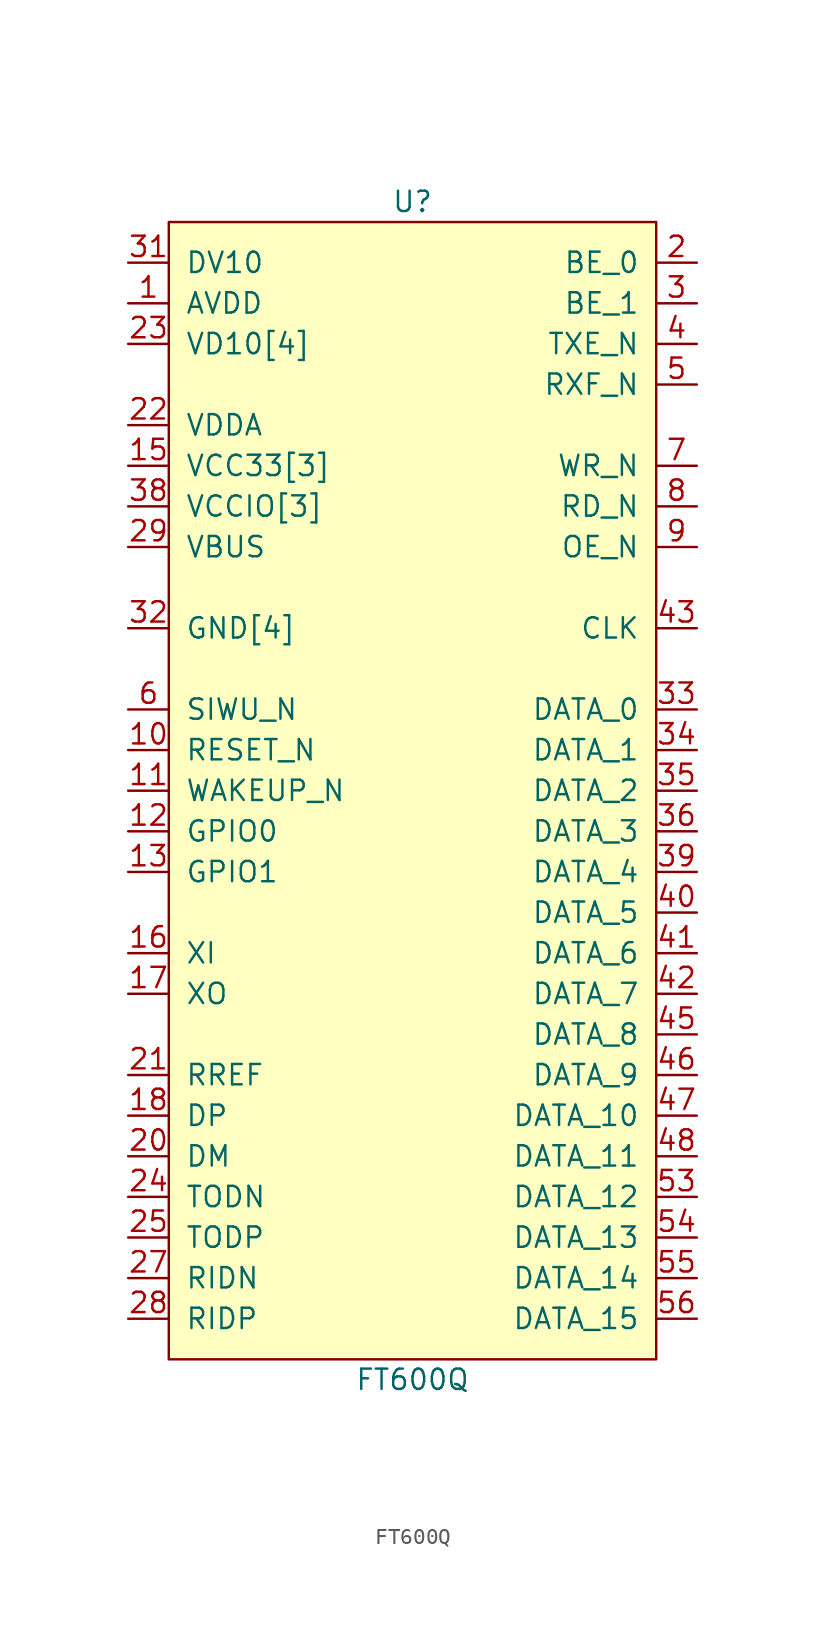
<source format=kicad_sym>
(kicad_symbol_lib
  (version 20211014)
  (generator kicad_symbol_editor)
  (symbol "FT600Q"
    (pin_names
      (offset 1.016))
    (property "Reference" "U"
      (at 15.24 1.27 0)
      (effects (font (size 1.27 1.27))))
    (property "Value" "FT600Q"
      (at 15.24 -72.39 0)
      (effects (font (size 1.27 1.27))))
    (symbol "FT600Q_0_0"
      (rectangle (start 0 0) (end 30.48 -71.12) (stroke (width 0) (type default) (color 0 0 0 0)) (fill (type background))))
    (symbol "FT600Q_1_1"
      (pin power_in line (at -2.54 -5.08 0) (length 2.54) (name "AVDD" (effects (font (size 1.27 1.27)))) (number "1" (effects (font (size 1.27 1.27)))))
      (pin input line (at -2.54 -33.02 0) (length 2.54) (name "RESET_N" (effects (font (size 1.27 1.27)))) (number "10" (effects (font (size 1.27 1.27)))))
      (pin bidirectional line (at -2.54 -35.56 0) (length 2.54) (name "WAKEUP_N" (effects (font (size 1.27 1.27)))) (number "11" (effects (font (size 1.27 1.27)))))
      (pin bidirectional line (at -2.54 -38.1 0) (length 2.54) (name "GPIO0" (effects (font (size 1.27 1.27)))) (number "12" (effects (font (size 1.27 1.27)))))
      (pin bidirectional line (at -2.54 -40.64 0) (length 2.54) (name "GPIO1" (effects (font (size 1.27 1.27)))) (number "13" (effects (font (size 1.27 1.27)))))
      (pin no_connect line (at 15.24 -73.66 90) (length 2.54) hide (name "RESERVE" (effects (font (size 1.27 1.27)))) (number "14" (effects (font (size 1.27 1.27)))))
      (pin power_in line (at -2.54 -15.24 0) (length 2.54) (name "VCC33[3]" (effects (font (size 1.27 1.27)))) (number "15" (effects (font (size 1.27 1.27)))))
      (pin input line (at -2.54 -45.72 0) (length 2.54) (name "XI" (effects (font (size 1.27 1.27)))) (number "16" (effects (font (size 1.27 1.27)))))
      (pin output line (at -2.54 -48.26 0) (length 2.54) (name "XO" (effects (font (size 1.27 1.27)))) (number "17" (effects (font (size 1.27 1.27)))))
      (pin bidirectional line (at -2.54 -55.88 0) (length 2.54) (name "DP" (effects (font (size 1.27 1.27)))) (number "18" (effects (font (size 1.27 1.27)))))
      (pin power_in line (at -2.54 -15.24 0) (length 2.54) hide (name "VCC33" (effects (font (size 1.27 1.27)))) (number "19" (effects (font (size 1.27 1.27)))))
      (pin bidirectional line (at 33.02 -2.54 180) (length 2.54) (name "BE_0" (effects (font (size 1.27 1.27)))) (number "2" (effects (font (size 1.27 1.27)))))
      (pin bidirectional line (at -2.54 -58.42 0) (length 2.54) (name "DM" (effects (font (size 1.27 1.27)))) (number "20" (effects (font (size 1.27 1.27)))))
      (pin passive line (at -2.54 -53.34 0) (length 2.54) (name "RREF" (effects (font (size 1.27 1.27)))) (number "21" (effects (font (size 1.27 1.27)))))
      (pin power_in line (at -2.54 -12.7 0) (length 2.54) (name "VDDA" (effects (font (size 1.27 1.27)))) (number "22" (effects (font (size 1.27 1.27)))))
      (pin power_in line (at -2.54 -7.62 0) (length 2.54) (name "VD10[4]" (effects (font (size 1.27 1.27)))) (number "23" (effects (font (size 1.27 1.27)))))
      (pin output line (at -2.54 -60.96 0) (length 2.54) (name "TODN" (effects (font (size 1.27 1.27)))) (number "24" (effects (font (size 1.27 1.27)))))
      (pin output line (at -2.54 -63.5 0) (length 2.54) (name "TODP" (effects (font (size 1.27 1.27)))) (number "25" (effects (font (size 1.27 1.27)))))
      (pin power_in line (at -2.54 -7.62 0) (length 2.54) hide (name "VD10" (effects (font (size 1.27 1.27)))) (number "26" (effects (font (size 1.27 1.27)))))
      (pin input line (at -2.54 -66.04 0) (length 2.54) (name "RIDN" (effects (font (size 1.27 1.27)))) (number "27" (effects (font (size 1.27 1.27)))))
      (pin input line (at -2.54 -68.58 0) (length 2.54) (name "RIDP" (effects (font (size 1.27 1.27)))) (number "28" (effects (font (size 1.27 1.27)))))
      (pin power_in line (at -2.54 -20.32 0) (length 2.54) (name "VBUS" (effects (font (size 1.27 1.27)))) (number "29" (effects (font (size 1.27 1.27)))))
      (pin bidirectional line (at 33.02 -5.08 180) (length 2.54) (name "BE_1" (effects (font (size 1.27 1.27)))) (number "3" (effects (font (size 1.27 1.27)))))
      (pin power_in line (at -2.54 -15.24 0) (length 2.54) hide (name "VCC33" (effects (font (size 1.27 1.27)))) (number "30" (effects (font (size 1.27 1.27)))))
      (pin power_out line (at -2.54 -2.54 0) (length 2.54) (name "DV10" (effects (font (size 1.27 1.27)))) (number "31" (effects (font (size 1.27 1.27)))))
      (pin power_in line (at -2.54 -25.4 0) (length 2.54) (name "GND[4]" (effects (font (size 1.27 1.27)))) (number "32" (effects (font (size 1.27 1.27)))))
      (pin bidirectional line (at 33.02 -30.48 180) (length 2.54) (name "DATA_0" (effects (font (size 1.27 1.27)))) (number "33" (effects (font (size 1.27 1.27)))))
      (pin bidirectional line (at 33.02 -33.02 180) (length 2.54) (name "DATA_1" (effects (font (size 1.27 1.27)))) (number "34" (effects (font (size 1.27 1.27)))))
      (pin bidirectional line (at 33.02 -35.56 180) (length 2.54) (name "DATA_2" (effects (font (size 1.27 1.27)))) (number "35" (effects (font (size 1.27 1.27)))))
      (pin bidirectional line (at 33.02 -38.1 180) (length 2.54) (name "DATA_3" (effects (font (size 1.27 1.27)))) (number "36" (effects (font (size 1.27 1.27)))))
      (pin power_in line (at -2.54 -7.62 0) (length 2.54) hide (name "VD10" (effects (font (size 1.27 1.27)))) (number "37" (effects (font (size 1.27 1.27)))))
      (pin power_in line (at -2.54 -17.78 0) (length 2.54) (name "VCCIO[3]" (effects (font (size 1.27 1.27)))) (number "38" (effects (font (size 1.27 1.27)))))
      (pin bidirectional line (at 33.02 -40.64 180) (length 2.54) (name "DATA_4" (effects (font (size 1.27 1.27)))) (number "39" (effects (font (size 1.27 1.27)))))
      (pin output line (at 33.02 -7.62 180) (length 2.54) (name "TXE_N" (effects (font (size 1.27 1.27)))) (number "4" (effects (font (size 1.27 1.27)))))
      (pin bidirectional line (at 33.02 -43.18 180) (length 2.54) (name "DATA_5" (effects (font (size 1.27 1.27)))) (number "40" (effects (font (size 1.27 1.27)))))
      (pin bidirectional line (at 33.02 -45.72 180) (length 2.54) (name "DATA_6" (effects (font (size 1.27 1.27)))) (number "41" (effects (font (size 1.27 1.27)))))
      (pin bidirectional line (at 33.02 -48.26 180) (length 2.54) (name "DATA_7" (effects (font (size 1.27 1.27)))) (number "42" (effects (font (size 1.27 1.27)))))
      (pin output line (at 33.02 -25.4 180) (length 2.54) (name "CLK" (effects (font (size 1.27 1.27)))) (number "43" (effects (font (size 1.27 1.27)))))
      (pin power_in line (at -2.54 -17.78 0) (length 2.54) hide (name "VCCIO" (effects (font (size 1.27 1.27)))) (number "44" (effects (font (size 1.27 1.27)))))
      (pin bidirectional line (at 33.02 -50.8 180) (length 2.54) (name "DATA_8" (effects (font (size 1.27 1.27)))) (number "45" (effects (font (size 1.27 1.27)))))
      (pin bidirectional line (at 33.02 -53.34 180) (length 2.54) (name "DATA_9" (effects (font (size 1.27 1.27)))) (number "46" (effects (font (size 1.27 1.27)))))
      (pin bidirectional line (at 33.02 -55.88 180) (length 2.54) (name "DATA_10" (effects (font (size 1.27 1.27)))) (number "47" (effects (font (size 1.27 1.27)))))
      (pin bidirectional line (at 33.02 -58.42 180) (length 2.54) (name "DATA_11" (effects (font (size 1.27 1.27)))) (number "48" (effects (font (size 1.27 1.27)))))
      (pin power_in line (at -2.54 -25.4 0) (length 2.54) hide (name "GND" (effects (font (size 1.27 1.27)))) (number "49" (effects (font (size 1.27 1.27)))))
      (pin output line (at 33.02 -10.16 180) (length 2.54) (name "RXF_N" (effects (font (size 1.27 1.27)))) (number "5" (effects (font (size 1.27 1.27)))))
      (pin power_in line (at -2.54 -7.62 0) (length 2.54) hide (name "VD10" (effects (font (size 1.27 1.27)))) (number "50" (effects (font (size 1.27 1.27)))))
      (pin power_in line (at -2.54 -25.4 0) (length 2.54) hide (name "GND" (effects (font (size 1.27 1.27)))) (number "51" (effects (font (size 1.27 1.27)))))
      (pin power_in line (at -2.54 -17.78 0) (length 2.54) hide (name "VCCIO" (effects (font (size 1.27 1.27)))) (number "52" (effects (font (size 1.27 1.27)))))
      (pin bidirectional line (at 33.02 -60.96 180) (length 2.54) (name "DATA_12" (effects (font (size 1.27 1.27)))) (number "53" (effects (font (size 1.27 1.27)))))
      (pin bidirectional line (at 33.02 -63.5 180) (length 2.54) (name "DATA_13" (effects (font (size 1.27 1.27)))) (number "54" (effects (font (size 1.27 1.27)))))
      (pin bidirectional line (at 33.02 -66.04 180) (length 2.54) (name "DATA_14" (effects (font (size 1.27 1.27)))) (number "55" (effects (font (size 1.27 1.27)))))
      (pin bidirectional line (at 33.02 -68.58 180) (length 2.54) (name "DATA_15" (effects (font (size 1.27 1.27)))) (number "56" (effects (font (size 1.27 1.27)))))
      (pin power_in line (at -2.54 -25.4 0) (length 2.54) hide (name "GND" (effects (font (size 1.27 1.27)))) (number "57" (effects (font (size 1.27 1.27)))))
      (pin input line (at -2.54 -30.48 0) (length 2.54) (name "SIWU_N" (effects (font (size 1.27 1.27)))) (number "6" (effects (font (size 1.27 1.27)))))
      (pin input line (at 33.02 -15.24 180) (length 2.54) (name "WR_N" (effects (font (size 1.27 1.27)))) (number "7" (effects (font (size 1.27 1.27)))))
      (pin input line (at 33.02 -17.78 180) (length 2.54) (name "RD_N" (effects (font (size 1.27 1.27)))) (number "8" (effects (font (size 1.27 1.27)))))
      (pin input line (at 33.02 -20.32 180) (length 2.54) (name "OE_N" (effects (font (size 1.27 1.27)))) (number "9" (effects (font (size 1.27 1.27))))))))
</source>
